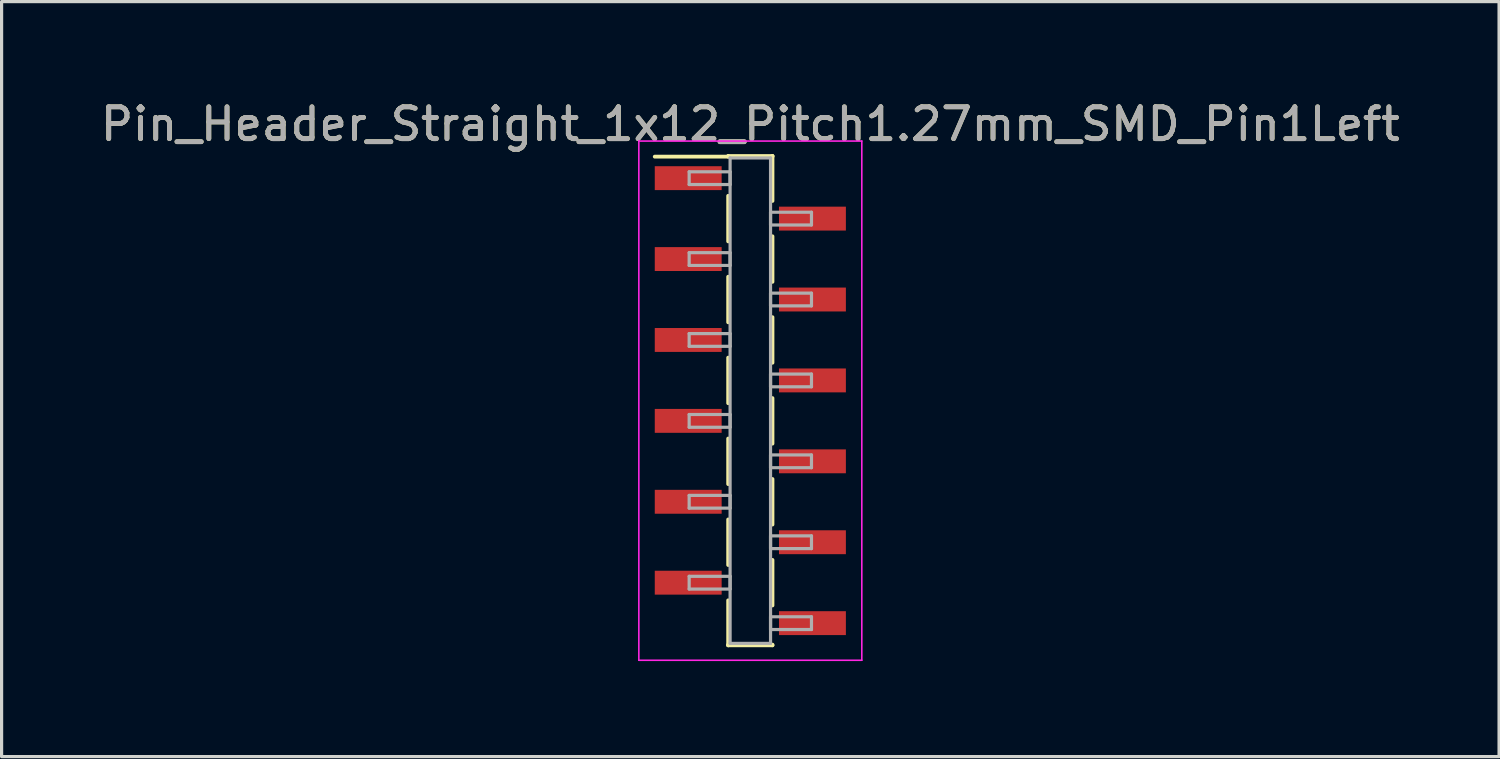
<source format=kicad_pcb>
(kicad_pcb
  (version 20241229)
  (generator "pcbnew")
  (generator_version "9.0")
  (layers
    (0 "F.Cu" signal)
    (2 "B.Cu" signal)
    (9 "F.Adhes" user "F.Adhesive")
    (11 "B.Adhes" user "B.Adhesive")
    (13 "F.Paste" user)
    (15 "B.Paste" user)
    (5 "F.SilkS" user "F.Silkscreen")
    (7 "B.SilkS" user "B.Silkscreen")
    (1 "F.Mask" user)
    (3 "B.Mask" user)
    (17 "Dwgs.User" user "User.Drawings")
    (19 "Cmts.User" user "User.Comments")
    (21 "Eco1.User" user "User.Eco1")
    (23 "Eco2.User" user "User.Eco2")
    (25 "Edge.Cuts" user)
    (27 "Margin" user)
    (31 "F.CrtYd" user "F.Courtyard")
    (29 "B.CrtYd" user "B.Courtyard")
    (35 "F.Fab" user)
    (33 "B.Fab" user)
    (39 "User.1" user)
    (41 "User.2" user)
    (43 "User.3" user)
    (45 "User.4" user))
  (footprint "Pin_Header_Straight_1x12_Pitch1.27mm_SMD_Pin1Left"
    (layer "F.Cu")
    (at 20.506 9.528)
    (property "Reference" "Pin_Header_Straight_1x12_Pitch1.27mm_SMD_Pin1Left" (at 0 -8.68 0) (layer "F.SilkS") (effects (font (size 1 1) (thickness 0.15))))
    (attr smd)
    (fp_line (start -0.695 -7.68) (end 0.695 -7.68) (stroke (width 0.12) (type solid)) (layer "F.SilkS"))
    (fp_line (start -0.695 -7.66) (end -3 -7.66) (stroke (width 0.12) (type solid)) (layer "F.SilkS"))
    (fp_line (start -0.695 -7.66) (end -0.695 -7.68) (stroke (width 0.12) (type solid)) (layer "F.SilkS"))
    (fp_line (start -0.695 -6.43) (end -0.695 -5) (stroke (width 0.12) (type solid)) (layer "F.SilkS"))
    (fp_line (start -0.695 -3.89) (end -0.695 -2.46) (stroke (width 0.12) (type solid)) (layer "F.SilkS"))
    (fp_line (start -0.695 -1.35) (end -0.695 0.08) (stroke (width 0.12) (type solid)) (layer "F.SilkS"))
    (fp_line (start -0.695 1.19) (end -0.695 2.62) (stroke (width 0.12) (type solid)) (layer "F.SilkS"))
    (fp_line (start -0.695 3.73) (end -0.695 5.16) (stroke (width 0.12) (type solid)) (layer "F.SilkS"))
    (fp_line (start -0.695 6.27) (end -0.695 7.68) (stroke (width 0.12) (type solid)) (layer "F.SilkS"))
    (fp_line (start -0.695 7.66) (end -0.695 7.68) (stroke (width 0.12) (type solid)) (layer "F.SilkS"))
    (fp_line (start -0.695 7.68) (end 0.695 7.68) (stroke (width 0.12) (type solid)) (layer "F.SilkS"))
    (fp_line (start 0.695 -7.68) (end 0.695 -7.66) (stroke (width 0.12) (type solid)) (layer "F.SilkS"))
    (fp_line (start 0.695 -7.68) (end 0.695 -6.27) (stroke (width 0.12) (type solid)) (layer "F.SilkS"))
    (fp_line (start 0.695 -5.16) (end 0.695 -3.73) (stroke (width 0.12) (type solid)) (layer "F.SilkS"))
    (fp_line (start 0.695 -2.62) (end 0.695 -1.19) (stroke (width 0.12) (type solid)) (layer "F.SilkS"))
    (fp_line (start 0.695 -0.08) (end 0.695 1.35) (stroke (width 0.12) (type solid)) (layer "F.SilkS"))
    (fp_line (start 0.695 2.46) (end 0.695 3.89) (stroke (width 0.12) (type solid)) (layer "F.SilkS"))
    (fp_line (start 0.695 5) (end 0.695 6.43) (stroke (width 0.12) (type solid)) (layer "F.SilkS"))
    (fp_line (start 0.695 7.68) (end 0.695 7.66) (stroke (width 0.12) (type solid)) (layer "F.SilkS"))
    (fp_line (start -3.5 -8.15) (end -3.5 8.15) (stroke (width 0.05) (type solid)) (layer "F.CrtYd"))
    (fp_line (start -3.5 8.15) (end 3.5 8.15) (stroke (width 0.05) (type solid)) (layer "F.CrtYd"))
    (fp_line (start 3.5 -8.15) (end -3.5 -8.15) (stroke (width 0.05) (type solid)) (layer "F.CrtYd"))
    (fp_line (start 3.5 8.15) (end 3.5 -8.15) (stroke (width 0.05) (type solid)) (layer "F.CrtYd"))
    (fp_line (start -1.92 -7.185) (end -0.635 -7.185) (stroke (width 0.1) (type solid)) (layer "F.Fab"))
    (fp_line (start -1.92 -6.785) (end -1.92 -7.185) (stroke (width 0.1) (type solid)) (layer "F.Fab"))
    (fp_line (start -1.92 -4.645) (end -0.635 -4.645) (stroke (width 0.1) (type solid)) (layer "F.Fab"))
    (fp_line (start -1.92 -4.245) (end -1.92 -4.645) (stroke (width 0.1) (type solid)) (layer "F.Fab"))
    (fp_line (start -1.92 -2.105) (end -0.635 -2.105) (stroke (width 0.1) (type solid)) (layer "F.Fab"))
    (fp_line (start -1.92 -1.705) (end -1.92 -2.105) (stroke (width 0.1) (type solid)) (layer "F.Fab"))
    (fp_line (start -1.92 0.435) (end -0.635 0.435) (stroke (width 0.1) (type solid)) (layer "F.Fab"))
    (fp_line (start -1.92 0.835) (end -1.92 0.435) (stroke (width 0.1) (type solid)) (layer "F.Fab"))
    (fp_line (start -1.92 2.975) (end -0.635 2.975) (stroke (width 0.1) (type solid)) (layer "F.Fab"))
    (fp_line (start -1.92 3.375) (end -1.92 2.975) (stroke (width 0.1) (type solid)) (layer "F.Fab"))
    (fp_line (start -1.92 5.515) (end -0.635 5.515) (stroke (width 0.1) (type solid)) (layer "F.Fab"))
    (fp_line (start -1.92 5.915) (end -1.92 5.515) (stroke (width 0.1) (type solid)) (layer "F.Fab"))
    (fp_line (start -0.635 -7.62) (end -0.635 7.62) (stroke (width 0.1) (type solid)) (layer "F.Fab"))
    (fp_line (start -0.635 -7.185) (end -0.635 -6.785) (stroke (width 0.1) (type solid)) (layer "F.Fab"))
    (fp_line (start -0.635 -6.785) (end -1.92 -6.785) (stroke (width 0.1) (type solid)) (layer "F.Fab"))
    (fp_line (start -0.635 -4.645) (end -0.635 -4.245) (stroke (width 0.1) (type solid)) (layer "F.Fab"))
    (fp_line (start -0.635 -4.245) (end -1.92 -4.245) (stroke (width 0.1) (type solid)) (layer "F.Fab"))
    (fp_line (start -0.635 -2.105) (end -0.635 -1.705) (stroke (width 0.1) (type solid)) (layer "F.Fab"))
    (fp_line (start -0.635 -1.705) (end -1.92 -1.705) (stroke (width 0.1) (type solid)) (layer "F.Fab"))
    (fp_line (start -0.635 0.435) (end -0.635 0.835) (stroke (width 0.1) (type solid)) (layer "F.Fab"))
    (fp_line (start -0.635 0.835) (end -1.92 0.835) (stroke (width 0.1) (type solid)) (layer "F.Fab"))
    (fp_line (start -0.635 2.975) (end -0.635 3.375) (stroke (width 0.1) (type solid)) (layer "F.Fab"))
    (fp_line (start -0.635 3.375) (end -1.92 3.375) (stroke (width 0.1) (type solid)) (layer "F.Fab"))
    (fp_line (start -0.635 5.515) (end -0.635 5.915) (stroke (width 0.1) (type solid)) (layer "F.Fab"))
    (fp_line (start -0.635 5.915) (end -1.92 5.915) (stroke (width 0.1) (type solid)) (layer "F.Fab"))
    (fp_line (start -0.635 7.62) (end 0.635 7.62) (stroke (width 0.1) (type solid)) (layer "F.Fab"))
    (fp_line (start 0.635 -7.62) (end -0.635 -7.62) (stroke (width 0.1) (type solid)) (layer "F.Fab"))
    (fp_line (start 0.635 -5.915) (end 0.635 -5.515) (stroke (width 0.1) (type solid)) (layer "F.Fab"))
    (fp_line (start 0.635 -5.515) (end 1.92 -5.515) (stroke (width 0.1) (type solid)) (layer "F.Fab"))
    (fp_line (start 0.635 -3.375) (end 0.635 -2.975) (stroke (width 0.1) (type solid)) (layer "F.Fab"))
    (fp_line (start 0.635 -2.975) (end 1.92 -2.975) (stroke (width 0.1) (type solid)) (layer "F.Fab"))
    (fp_line (start 0.635 -0.835) (end 0.635 -0.435) (stroke (width 0.1) (type solid)) (layer "F.Fab"))
    (fp_line (start 0.635 -0.435) (end 1.92 -0.435) (stroke (width 0.1) (type solid)) (layer "F.Fab"))
    (fp_line (start 0.635 1.705) (end 0.635 2.105) (stroke (width 0.1) (type solid)) (layer "F.Fab"))
    (fp_line (start 0.635 2.105) (end 1.92 2.105) (stroke (width 0.1) (type solid)) (layer "F.Fab"))
    (fp_line (start 0.635 4.245) (end 0.635 4.645) (stroke (width 0.1) (type solid)) (layer "F.Fab"))
    (fp_line (start 0.635 4.645) (end 1.92 4.645) (stroke (width 0.1) (type solid)) (layer "F.Fab"))
    (fp_line (start 0.635 6.785) (end 0.635 7.185) (stroke (width 0.1) (type solid)) (layer "F.Fab"))
    (fp_line (start 0.635 7.185) (end 1.92 7.185) (stroke (width 0.1) (type solid)) (layer "F.Fab"))
    (fp_line (start 0.635 7.62) (end 0.635 -7.62) (stroke (width 0.1) (type solid)) (layer "F.Fab"))
    (fp_line (start 1.92 -5.915) (end 0.635 -5.915) (stroke (width 0.1) (type solid)) (layer "F.Fab"))
    (fp_line (start 1.92 -5.515) (end 1.92 -5.915) (stroke (width 0.1) (type solid)) (layer "F.Fab"))
    (fp_line (start 1.92 -3.375) (end 0.635 -3.375) (stroke (width 0.1) (type solid)) (layer "F.Fab"))
    (fp_line (start 1.92 -2.975) (end 1.92 -3.375) (stroke (width 0.1) (type solid)) (layer "F.Fab"))
    (fp_line (start 1.92 -0.835) (end 0.635 -0.835) (stroke (width 0.1) (type solid)) (layer "F.Fab"))
    (fp_line (start 1.92 -0.435) (end 1.92 -0.835) (stroke (width 0.1) (type solid)) (layer "F.Fab"))
    (fp_line (start 1.92 1.705) (end 0.635 1.705) (stroke (width 0.1) (type solid)) (layer "F.Fab"))
    (fp_line (start 1.92 2.105) (end 1.92 1.705) (stroke (width 0.1) (type solid)) (layer "F.Fab"))
    (fp_line (start 1.92 4.245) (end 0.635 4.245) (stroke (width 0.1) (type solid)) (layer "F.Fab"))
    (fp_line (start 1.92 4.645) (end 1.92 4.245) (stroke (width 0.1) (type solid)) (layer "F.Fab"))
    (fp_line (start 1.92 6.785) (end 0.635 6.785) (stroke (width 0.1) (type solid)) (layer "F.Fab"))
    (fp_line (start 1.92 7.185) (end 1.92 6.785) (stroke (width 0.1) (type solid)) (layer "F.Fab"))
    (fp_text user "${REFERENCE}" (at 0 -8.68 0) (layer "F.Fab") (effects (font (size 1 1) (thickness 0.15))))
    (pad "1" smd rect (at -1.95 -6.985) (size 2.1 0.75) (layers "F.Cu" "F.Mask" "F.Paste"))
    (pad "2" smd rect (at 1.95 -5.715) (size 2.1 0.75) (layers "F.Cu" "F.Mask" "F.Paste"))
    (pad "3" smd rect (at -1.95 -4.445) (size 2.1 0.75) (layers "F.Cu" "F.Mask" "F.Paste"))
    (pad "4" smd rect (at 1.95 -3.175) (size 2.1 0.75) (layers "F.Cu" "F.Mask" "F.Paste"))
    (pad "5" smd rect (at -1.95 -1.905) (size 2.1 0.75) (layers "F.Cu" "F.Mask" "F.Paste"))
    (pad "6" smd rect (at 1.95 -0.635) (size 2.1 0.75) (layers "F.Cu" "F.Mask" "F.Paste"))
    (pad "7" smd rect (at -1.95 0.635) (size 2.1 0.75) (layers "F.Cu" "F.Mask" "F.Paste"))
    (pad "8" smd rect (at 1.95 1.905) (size 2.1 0.75) (layers "F.Cu" "F.Mask" "F.Paste"))
    (pad "9" smd rect (at -1.95 3.175) (size 2.1 0.75) (layers "F.Cu" "F.Mask" "F.Paste"))
    (pad "10" smd rect (at 1.95 4.445) (size 2.1 0.75) (layers "F.Cu" "F.Mask" "F.Paste"))
    (pad "11" smd rect (at -1.95 5.715) (size 2.1 0.75) (layers "F.Cu" "F.Mask" "F.Paste"))
    (pad "12" smd rect (at 1.95 6.985) (size 2.1 0.75) (layers "F.Cu" "F.Mask" "F.Paste")))
  (gr_rect
    (start -3 -3)
    (end 44.012 20.703)
    (stroke (width 0.1) (type default))
    (fill no)
    (layer "Edge.Cuts")))
</source>
